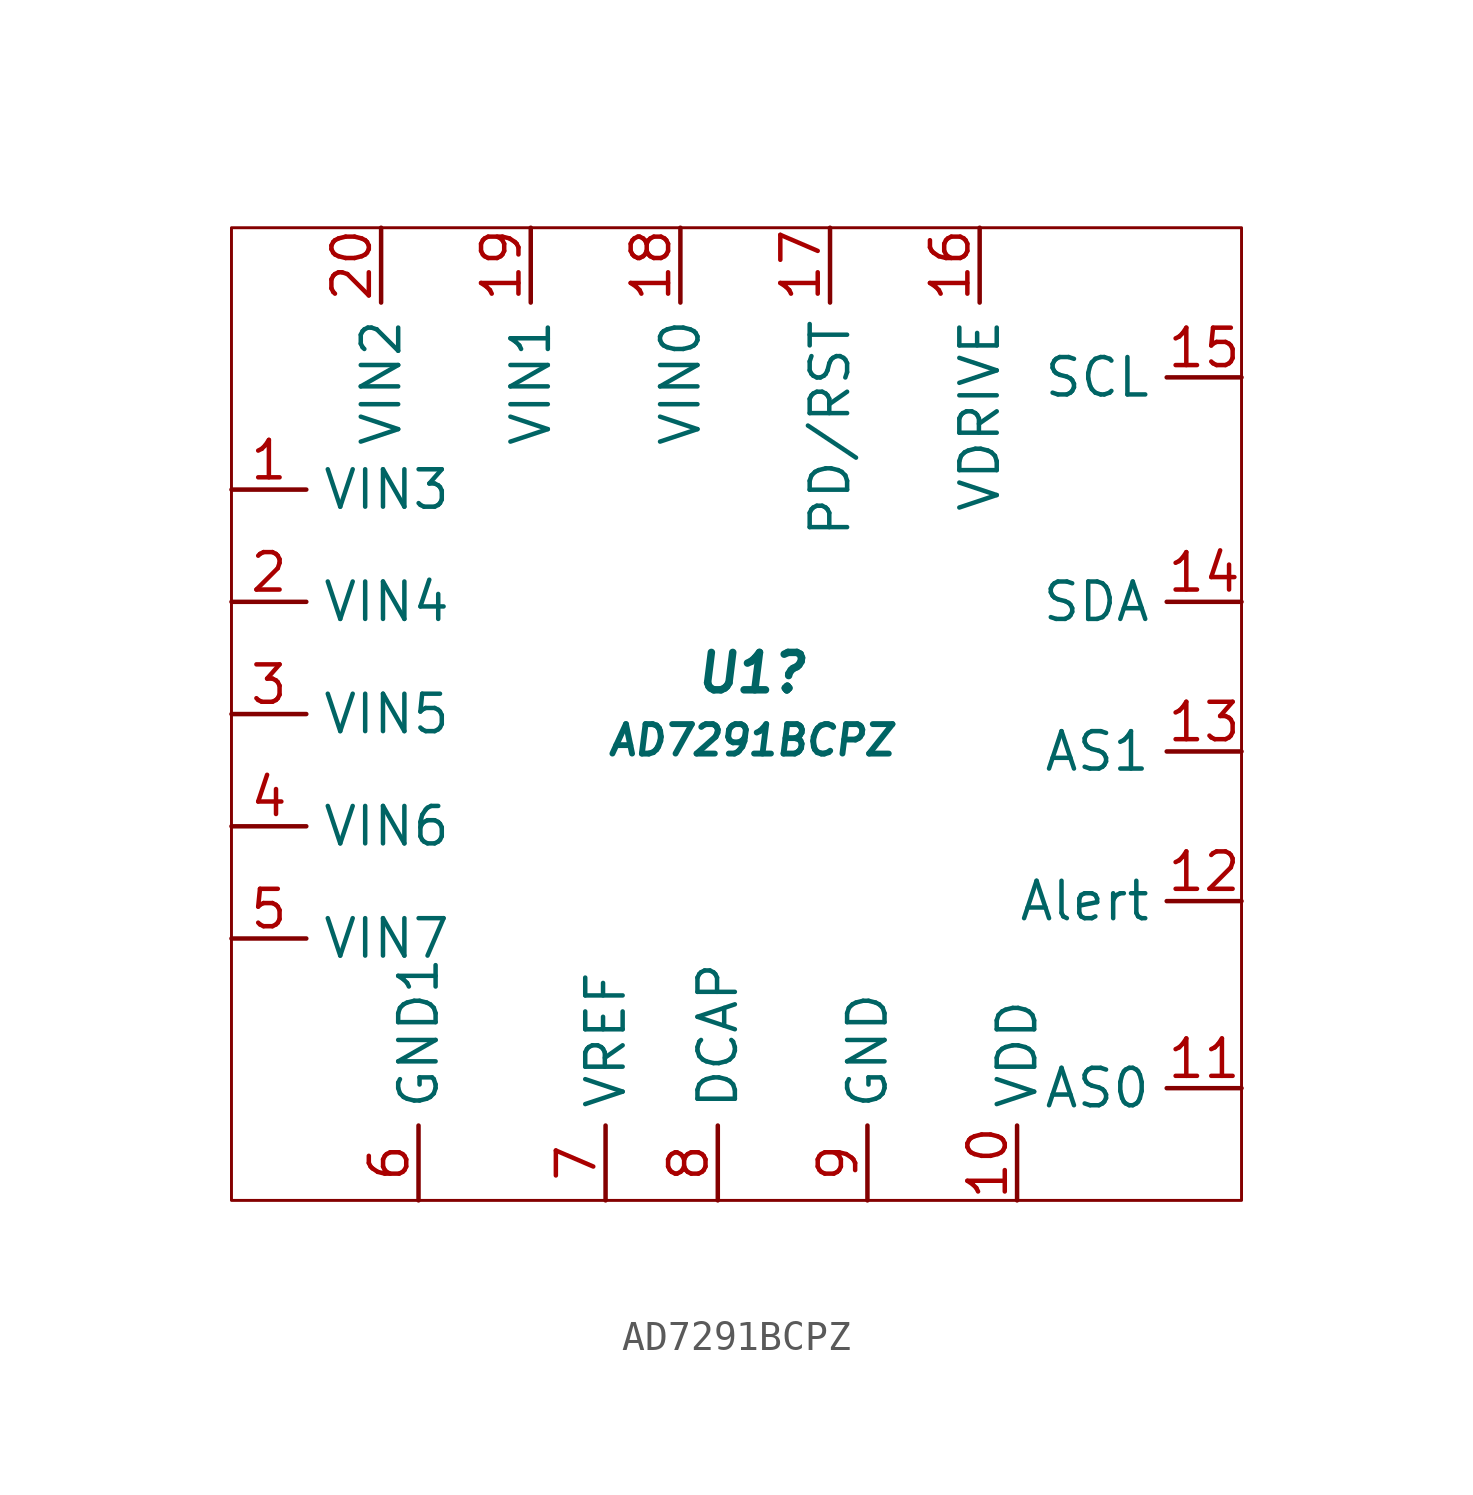
<source format=kicad_sym>
(kicad_symbol_lib
  (version 20220914)
  (generator kicad_symbol_editor)
  (symbol "AD7291BCPZ"
    (property "Reference" "U1"
      (at 4.953 -6.223 0)
      (effects (font (size 1.27 1.27) bold italic)))
    (property "Value" "AD7291BCPZ"
      (at 4.953 -8.509 0)
      (effects (font (size 1 1) bold italic)))
    (symbol "AD7291BCPZ_0_1"
      (rectangle (start -12.7 8.89) (end 21.59 -24.13) (stroke (width 0.1) (type default)) (fill (type none))))
    (symbol "AD7291BCPZ_1_1"
      (pin input line (at -12.7 0 0) (length 2.54) (name "VIN3" (effects (font (size 1.27 1.27)))) (number "1" (effects (font (size 1.27 1.27)))))
      (pin input line (at 13.97 -24.13 90) (length 2.54) (name "VDD" (effects (font (size 1.27 1.27)))) (number "10" (effects (font (size 1.27 1.27)))))
      (pin input line (at 21.59 -20.32 180) (length 2.54) (name "AS0" (effects (font (size 1.27 1.27)))) (number "11" (effects (font (size 1.27 1.27)))))
      (pin output line (at 21.59 -13.97 180) (length 2.54) (name "Alert" (effects (font (size 1.27 1.27)))) (number "12" (effects (font (size 1.27 1.27)))))
      (pin input line (at 21.59 -8.89 180) (length 2.54) (name "AS1" (effects (font (size 1.27 1.27)))) (number "13" (effects (font (size 1.27 1.27)))))
      (pin bidirectional line (at 21.59 -3.81 180) (length 2.54) (name "SDA" (effects (font (size 1.27 1.27)))) (number "14" (effects (font (size 1.27 1.27)))))
      (pin input line (at 21.59 3.81 180) (length 2.54) (name "SCL" (effects (font (size 1.27 1.27)))) (number "15" (effects (font (size 1.27 1.27)))))
      (pin input line (at 12.7 8.89 270) (length 2.54) (name "VDRIVE" (effects (font (size 1.27 1.27)))) (number "16" (effects (font (size 1.27 1.27)))))
      (pin input line (at 7.62 8.89 270) (length 2.54) (name "PD/RST" (effects (font (size 1.27 1.27)))) (number "17" (effects (font (size 1.27 1.27)))))
      (pin input line (at 2.54 8.89 270) (length 2.54) (name "VIN0" (effects (font (size 1.27 1.27)))) (number "18" (effects (font (size 1.27 1.27)))))
      (pin input line (at -2.54 8.89 270) (length 2.54) (name "VIN1" (effects (font (size 1.27 1.27)))) (number "19" (effects (font (size 1.27 1.27)))))
      (pin input line (at -12.7 -3.81 0) (length 2.54) (name "VIN4" (effects (font (size 1.27 1.27)))) (number "2" (effects (font (size 1.27 1.27)))))
      (pin input line (at -7.62 8.89 270) (length 2.54) (name "VIN2" (effects (font (size 1.27 1.27)))) (number "20" (effects (font (size 1.27 1.27)))))
      (pin input line (at 8.89 -24.13 90) (length 2.54) hide (name "GND" (effects (font (size 1.27 1.27)))) (number "21" (effects (font (size 1.27 1.27)))))
      (pin input line (at -12.7 -7.62 0) (length 2.54) (name "VIN5" (effects (font (size 1.27 1.27)))) (number "3" (effects (font (size 1.27 1.27)))))
      (pin input line (at -12.7 -11.43 0) (length 2.54) (name "VIN6" (effects (font (size 1.27 1.27)))) (number "4" (effects (font (size 1.27 1.27)))))
      (pin input line (at -12.7 -15.24 0) (length 2.54) (name "VIN7" (effects (font (size 1.27 1.27)))) (number "5" (effects (font (size 1.27 1.27)))))
      (pin input line (at -6.35 -24.13 90) (length 2.54) (name "GND1" (effects (font (size 1.27 1.27)))) (number "6" (effects (font (size 1.27 1.27)))))
      (pin input line (at 0 -24.13 90) (length 2.54) (name "VREF" (effects (font (size 1.27 1.27)))) (number "7" (effects (font (size 1.27 1.27)))))
      (pin input line (at 3.81 -24.13 90) (length 2.54) (name "DCAP" (effects (font (size 1.27 1.27)))) (number "8" (effects (font (size 1.27 1.27)))))
      (pin input line (at 8.89 -24.13 90) (length 2.54) (name "GND" (effects (font (size 1.27 1.27)))) (number "9" (effects (font (size 1.27 1.27))))))))
</source>
